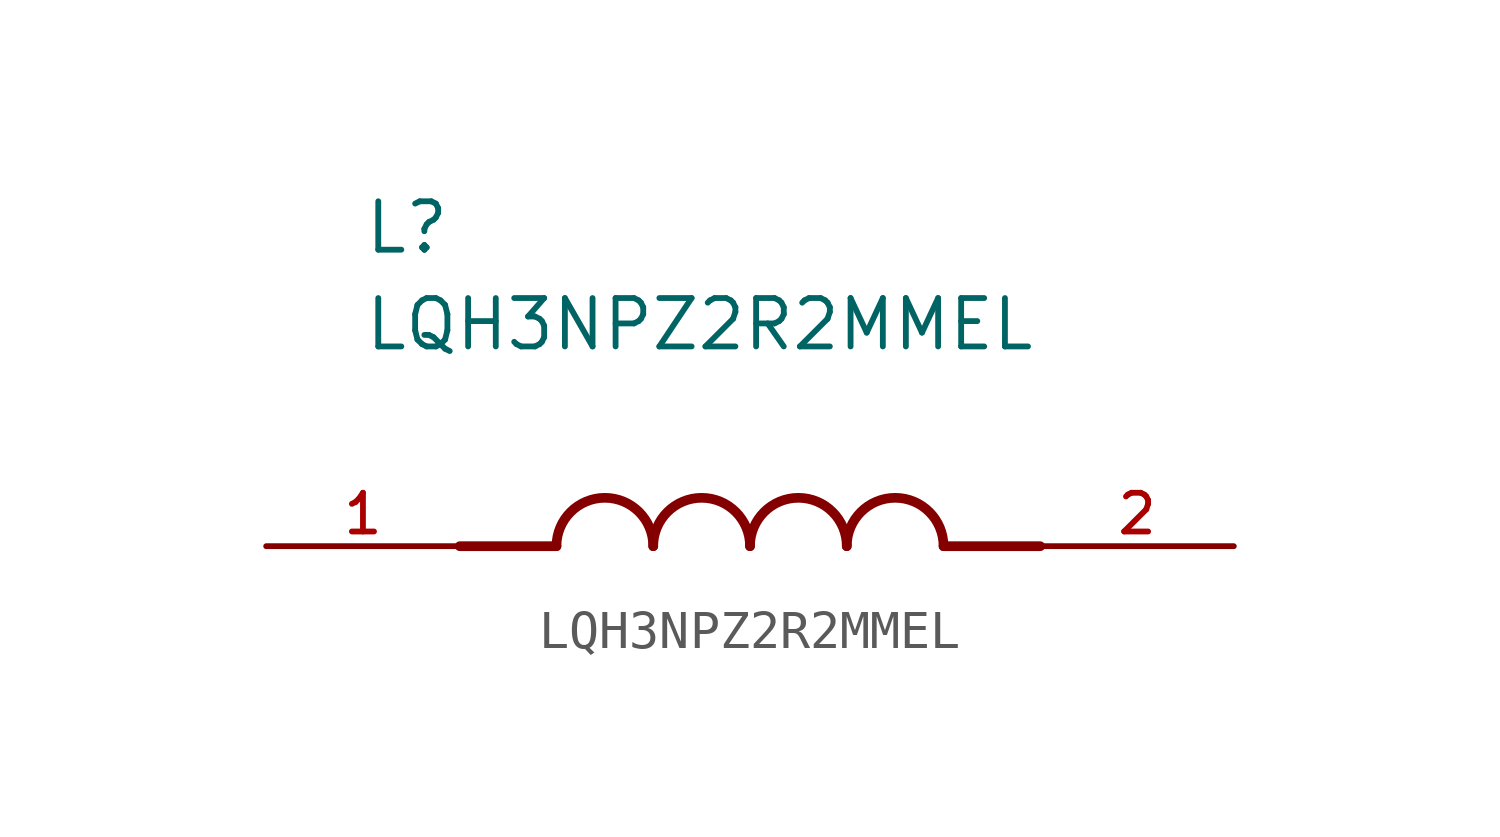
<source format=kicad_sym>
(kicad_symbol_lib
  (version 20211014)
  (generator kicad_symbol_editor)
  (symbol "LQH3NPZ2R2MMEL"
    (pin_names
      (offset 1.016))
    (property "Reference" "L"
      (at -10.16 7.62 0)
      (effects (font (size 1.27 1.27)) (justify bottom left)))
    (property "Value" "LQH3NPZ2R2MMEL"
      (at -10.16 5.08 0)
      (effects (font (size 1.27 1.27)) (justify bottom left)))
    (symbol "LQH3NPZ2R2MMEL_0_0"
      (polyline (pts (xy -5.08 0.0) (xy -7.62 0.0)) (stroke (width 0.254)))
      (polyline (pts (xy 5.08 0.0) (xy 7.62 0.0)) (stroke (width 0.254)))
      (arc (start -2.54 0.0) (mid -3.81 1.27) (end -5.08 0.0) (stroke (width 0.254) (type default) (color 0 0 0 0)) (fill (type none)))
      (arc (start 0.0 0.0) (mid -1.27 1.27) (end -2.54 0.0) (stroke (width 0.254) (type default) (color 0 0 0 0)) (fill (type none)))
      (arc (start 2.54 0.0) (mid 1.27 1.27) (end 0.0 0.0) (stroke (width 0.254) (type default) (color 0 0 0 0)) (fill (type none)))
      (arc (start 5.08 0.0) (mid 3.81 1.27) (end 2.54 0.0) (stroke (width 0.254) (type default) (color 0 0 0 0)) (fill (type none)))
      (pin passive line (at -12.7 0.0 0) (length 5.08) (name "~" (effects (font (size 1.016 1.016)))) (number "1" (effects (font (size 1.016 1.016)))))
      (pin passive line (at 12.7 0.0 180.0) (length 5.08) (name "~" (effects (font (size 1.016 1.016)))) (number "2" (effects (font (size 1.016 1.016))))))))
</source>
